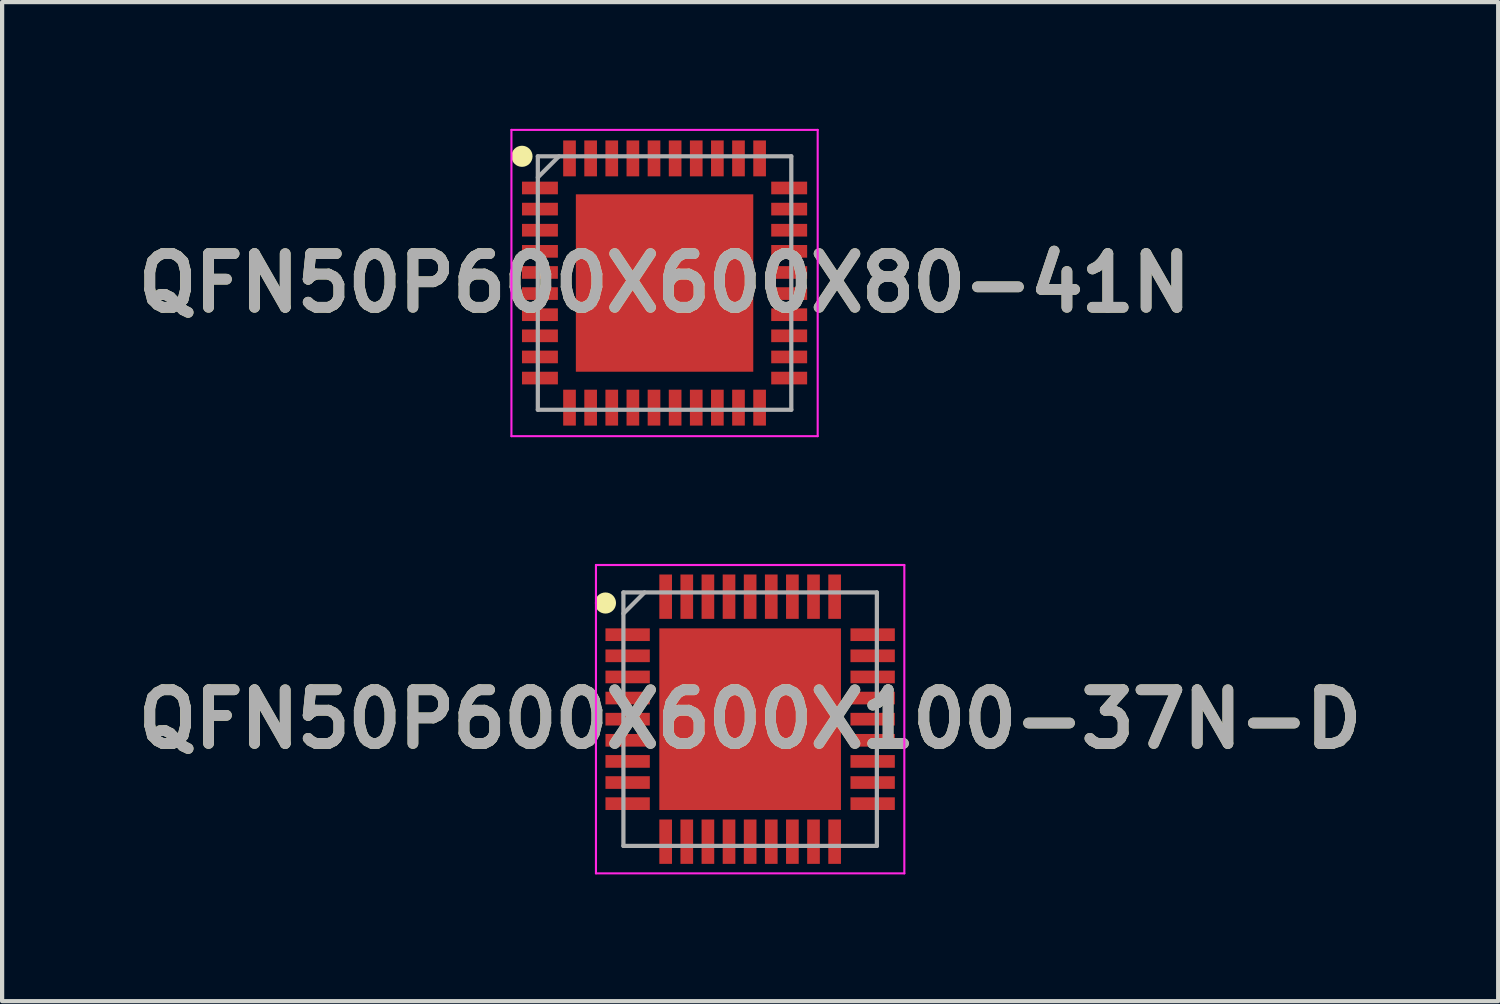
<source format=kicad_pcb>
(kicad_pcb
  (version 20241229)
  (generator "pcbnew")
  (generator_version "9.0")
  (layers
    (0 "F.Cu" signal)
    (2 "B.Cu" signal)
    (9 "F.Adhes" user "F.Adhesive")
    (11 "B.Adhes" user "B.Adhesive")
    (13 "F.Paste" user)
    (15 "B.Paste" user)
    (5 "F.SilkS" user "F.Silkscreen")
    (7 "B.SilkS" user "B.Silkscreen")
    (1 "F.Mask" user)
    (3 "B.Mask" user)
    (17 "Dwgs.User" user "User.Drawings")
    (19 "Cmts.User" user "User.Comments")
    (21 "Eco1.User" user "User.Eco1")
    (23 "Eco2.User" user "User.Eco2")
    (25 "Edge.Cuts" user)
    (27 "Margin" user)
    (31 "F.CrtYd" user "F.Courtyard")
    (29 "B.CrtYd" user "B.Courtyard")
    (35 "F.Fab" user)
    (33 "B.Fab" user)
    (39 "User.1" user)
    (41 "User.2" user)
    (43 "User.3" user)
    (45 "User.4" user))
  (footprint "QFN50P600X600X80-41N"
    (layer "F.Cu")
    (at 12.682 3.65)
    (property "Reference" "QFN50P600X600X80-41N" (at 0 0 0) (layer "F.SilkS") (effects (font (size 1.27 1.27) (thickness 0.254))))
    (attr smd)
    (fp_circle (center -3.375 -3) (end -3.375 -2.875) (stroke (width 0.25) (type solid)) (fill no) (layer "F.SilkS"))
    (fp_line (start -3.625 -3.625) (end 3.625 -3.625) (stroke (width 0.05) (type solid)) (layer "F.CrtYd"))
    (fp_line (start -3.625 3.625) (end -3.625 -3.625) (stroke (width 0.05) (type solid)) (layer "F.CrtYd"))
    (fp_line (start 3.625 -3.625) (end 3.625 3.625) (stroke (width 0.05) (type solid)) (layer "F.CrtYd"))
    (fp_line (start 3.625 3.625) (end -3.625 3.625) (stroke (width 0.05) (type solid)) (layer "F.CrtYd"))
    (fp_line (start -3 -3) (end 3 -3) (stroke (width 0.1) (type solid)) (layer "F.Fab"))
    (fp_line (start -3 -2.5) (end -2.5 -3) (stroke (width 0.1) (type solid)) (layer "F.Fab"))
    (fp_line (start -3 3) (end -3 -3) (stroke (width 0.1) (type solid)) (layer "F.Fab"))
    (fp_line (start 3 -3) (end 3 3) (stroke (width 0.1) (type solid)) (layer "F.Fab"))
    (fp_line (start 3 3) (end -3 3) (stroke (width 0.1) (type solid)) (layer "F.Fab"))
    (fp_text user "${REFERENCE}" (at 0 0 0) (layer "F.Fab") (effects (font (size 1.27 1.27) (thickness 0.254))))
    (pad "1" smd rect (at -2.95 -2.25 90) (size 0.3 0.85) (layers "F.Cu" "F.Mask" "F.Paste"))
    (pad "2" smd rect (at -2.95 -1.75 90) (size 0.3 0.85) (layers "F.Cu" "F.Mask" "F.Paste"))
    (pad "3" smd rect (at -2.95 -1.25 90) (size 0.3 0.85) (layers "F.Cu" "F.Mask" "F.Paste"))
    (pad "4" smd rect (at -2.95 -0.75 90) (size 0.3 0.85) (layers "F.Cu" "F.Mask" "F.Paste"))
    (pad "5" smd rect (at -2.95 -0.25 90) (size 0.3 0.85) (layers "F.Cu" "F.Mask" "F.Paste"))
    (pad "6" smd rect (at -2.95 0.25 90) (size 0.3 0.85) (layers "F.Cu" "F.Mask" "F.Paste"))
    (pad "7" smd rect (at -2.95 0.75 90) (size 0.3 0.85) (layers "F.Cu" "F.Mask" "F.Paste"))
    (pad "8" smd rect (at -2.95 1.25 90) (size 0.3 0.85) (layers "F.Cu" "F.Mask" "F.Paste"))
    (pad "9" smd rect (at -2.95 1.75 90) (size 0.3 0.85) (layers "F.Cu" "F.Mask" "F.Paste"))
    (pad "10" smd rect (at -2.95 2.25 90) (size 0.3 0.85) (layers "F.Cu" "F.Mask" "F.Paste"))
    (pad "11" smd rect (at -2.25 2.95) (size 0.3 0.85) (layers "F.Cu" "F.Mask" "F.Paste"))
    (pad "12" smd rect (at -1.75 2.95) (size 0.3 0.85) (layers "F.Cu" "F.Mask" "F.Paste"))
    (pad "13" smd rect (at -1.25 2.95) (size 0.3 0.85) (layers "F.Cu" "F.Mask" "F.Paste"))
    (pad "14" smd rect (at -0.75 2.95) (size 0.3 0.85) (layers "F.Cu" "F.Mask" "F.Paste"))
    (pad "15" smd rect (at -0.25 2.95) (size 0.3 0.85) (layers "F.Cu" "F.Mask" "F.Paste"))
    (pad "16" smd rect (at 0.25 2.95) (size 0.3 0.85) (layers "F.Cu" "F.Mask" "F.Paste"))
    (pad "17" smd rect (at 0.75 2.95) (size 0.3 0.85) (layers "F.Cu" "F.Mask" "F.Paste"))
    (pad "18" smd rect (at 1.25 2.95) (size 0.3 0.85) (layers "F.Cu" "F.Mask" "F.Paste"))
    (pad "19" smd rect (at 1.75 2.95) (size 0.3 0.85) (layers "F.Cu" "F.Mask" "F.Paste"))
    (pad "20" smd rect (at 2.25 2.95) (size 0.3 0.85) (layers "F.Cu" "F.Mask" "F.Paste"))
    (pad "21" smd rect (at 2.95 2.25 90) (size 0.3 0.85) (layers "F.Cu" "F.Mask" "F.Paste"))
    (pad "22" smd rect (at 2.95 1.75 90) (size 0.3 0.85) (layers "F.Cu" "F.Mask" "F.Paste"))
    (pad "23" smd rect (at 2.95 1.25 90) (size 0.3 0.85) (layers "F.Cu" "F.Mask" "F.Paste"))
    (pad "24" smd rect (at 2.95 0.75 90) (size 0.3 0.85) (layers "F.Cu" "F.Mask" "F.Paste"))
    (pad "25" smd rect (at 2.95 0.25 90) (size 0.3 0.85) (layers "F.Cu" "F.Mask" "F.Paste"))
    (pad "26" smd rect (at 2.95 -0.25 90) (size 0.3 0.85) (layers "F.Cu" "F.Mask" "F.Paste"))
    (pad "27" smd rect (at 2.95 -0.75 90) (size 0.3 0.85) (layers "F.Cu" "F.Mask" "F.Paste"))
    (pad "28" smd rect (at 2.95 -1.25 90) (size 0.3 0.85) (layers "F.Cu" "F.Mask" "F.Paste"))
    (pad "29" smd rect (at 2.95 -1.75 90) (size 0.3 0.85) (layers "F.Cu" "F.Mask" "F.Paste"))
    (pad "30" smd rect (at 2.95 -2.25 90) (size 0.3 0.85) (layers "F.Cu" "F.Mask" "F.Paste"))
    (pad "31" smd rect (at 2.25 -2.95) (size 0.3 0.85) (layers "F.Cu" "F.Mask" "F.Paste"))
    (pad "32" smd rect (at 1.75 -2.95) (size 0.3 0.85) (layers "F.Cu" "F.Mask" "F.Paste"))
    (pad "33" smd rect (at 1.25 -2.95) (size 0.3 0.85) (layers "F.Cu" "F.Mask" "F.Paste"))
    (pad "34" smd rect (at 0.75 -2.95) (size 0.3 0.85) (layers "F.Cu" "F.Mask" "F.Paste"))
    (pad "35" smd rect (at 0.25 -2.95) (size 0.3 0.85) (layers "F.Cu" "F.Mask" "F.Paste"))
    (pad "36" smd rect (at -0.25 -2.95) (size 0.3 0.85) (layers "F.Cu" "F.Mask" "F.Paste"))
    (pad "37" smd rect (at -0.75 -2.95) (size 0.3 0.85) (layers "F.Cu" "F.Mask" "F.Paste"))
    (pad "38" smd rect (at -1.25 -2.95) (size 0.3 0.85) (layers "F.Cu" "F.Mask" "F.Paste"))
    (pad "39" smd rect (at -1.75 -2.95) (size 0.3 0.85) (layers "F.Cu" "F.Mask" "F.Paste"))
    (pad "40" smd rect (at -2.25 -2.95) (size 0.3 0.85) (layers "F.Cu" "F.Mask" "F.Paste"))
    (pad "41" smd rect (at 0 0) (size 4.2 4.2) (layers "F.Cu" "F.Mask" "F.Paste")))
  (footprint "QFN50P600X600X100-37N-D"
    (layer "F.Cu")
    (at 14.708 13.975)
    (property "Reference" "QFN50P600X600X100-37N-D" (at 0 0 0) (layer "F.SilkS") (effects (font (size 1.27 1.27) (thickness 0.254))))
    (attr smd)
    (fp_circle (center -3.425 -2.75) (end -3.425 -2.625) (stroke (width 0.25) (type solid)) (fill no) (layer "F.SilkS"))
    (fp_line (start -3.65 -3.65) (end 3.65 -3.65) (stroke (width 0.05) (type solid)) (layer "F.CrtYd"))
    (fp_line (start -3.65 3.65) (end -3.65 -3.65) (stroke (width 0.05) (type solid)) (layer "F.CrtYd"))
    (fp_line (start 3.65 -3.65) (end 3.65 3.65) (stroke (width 0.05) (type solid)) (layer "F.CrtYd"))
    (fp_line (start 3.65 3.65) (end -3.65 3.65) (stroke (width 0.05) (type solid)) (layer "F.CrtYd"))
    (fp_line (start -3 -3) (end 3 -3) (stroke (width 0.1) (type solid)) (layer "F.Fab"))
    (fp_line (start -3 -2.5) (end -2.5 -3) (stroke (width 0.1) (type solid)) (layer "F.Fab"))
    (fp_line (start -3 3) (end -3 -3) (stroke (width 0.1) (type solid)) (layer "F.Fab"))
    (fp_line (start 3 -3) (end 3 3) (stroke (width 0.1) (type solid)) (layer "F.Fab"))
    (fp_line (start 3 3) (end -3 3) (stroke (width 0.1) (type solid)) (layer "F.Fab"))
    (fp_text user "${REFERENCE}" (at 0 0 0) (layer "F.Fab") (effects (font (size 1.27 1.27) (thickness 0.254))))
    (pad "1" smd rect (at -2.9 -2 90) (size 0.3 1.05) (layers "F.Cu" "F.Mask" "F.Paste"))
    (pad "2" smd rect (at -2.9 -1.5 90) (size 0.3 1.05) (layers "F.Cu" "F.Mask" "F.Paste"))
    (pad "3" smd rect (at -2.9 -1 90) (size 0.3 1.05) (layers "F.Cu" "F.Mask" "F.Paste"))
    (pad "4" smd rect (at -2.9 -0.5 90) (size 0.3 1.05) (layers "F.Cu" "F.Mask" "F.Paste"))
    (pad "5" smd rect (at -2.9 0 90) (size 0.3 1.05) (layers "F.Cu" "F.Mask" "F.Paste"))
    (pad "6" smd rect (at -2.9 0.5 90) (size 0.3 1.05) (layers "F.Cu" "F.Mask" "F.Paste"))
    (pad "7" smd rect (at -2.9 1 90) (size 0.3 1.05) (layers "F.Cu" "F.Mask" "F.Paste"))
    (pad "8" smd rect (at -2.9 1.5 90) (size 0.3 1.05) (layers "F.Cu" "F.Mask" "F.Paste"))
    (pad "9" smd rect (at -2.9 2 90) (size 0.3 1.05) (layers "F.Cu" "F.Mask" "F.Paste"))
    (pad "10" smd rect (at -2 2.9) (size 0.3 1.05) (layers "F.Cu" "F.Mask" "F.Paste"))
    (pad "11" smd rect (at -1.5 2.9) (size 0.3 1.05) (layers "F.Cu" "F.Mask" "F.Paste"))
    (pad "12" smd rect (at -1 2.9) (size 0.3 1.05) (layers "F.Cu" "F.Mask" "F.Paste"))
    (pad "13" smd rect (at -0.5 2.9) (size 0.3 1.05) (layers "F.Cu" "F.Mask" "F.Paste"))
    (pad "14" smd rect (at 0 2.9) (size 0.3 1.05) (layers "F.Cu" "F.Mask" "F.Paste"))
    (pad "15" smd rect (at 0.5 2.9) (size 0.3 1.05) (layers "F.Cu" "F.Mask" "F.Paste"))
    (pad "16" smd rect (at 1 2.9) (size 0.3 1.05) (layers "F.Cu" "F.Mask" "F.Paste"))
    (pad "17" smd rect (at 1.5 2.9) (size 0.3 1.05) (layers "F.Cu" "F.Mask" "F.Paste"))
    (pad "18" smd rect (at 2 2.9) (size 0.3 1.05) (layers "F.Cu" "F.Mask" "F.Paste"))
    (pad "19" smd rect (at 2.9 2 90) (size 0.3 1.05) (layers "F.Cu" "F.Mask" "F.Paste"))
    (pad "20" smd rect (at 2.9 1.5 90) (size 0.3 1.05) (layers "F.Cu" "F.Mask" "F.Paste"))
    (pad "21" smd rect (at 2.9 1 90) (size 0.3 1.05) (layers "F.Cu" "F.Mask" "F.Paste"))
    (pad "22" smd rect (at 2.9 0.5 90) (size 0.3 1.05) (layers "F.Cu" "F.Mask" "F.Paste"))
    (pad "23" smd rect (at 2.9 0 90) (size 0.3 1.05) (layers "F.Cu" "F.Mask" "F.Paste"))
    (pad "24" smd rect (at 2.9 -0.5 90) (size 0.3 1.05) (layers "F.Cu" "F.Mask" "F.Paste"))
    (pad "25" smd rect (at 2.9 -1 90) (size 0.3 1.05) (layers "F.Cu" "F.Mask" "F.Paste"))
    (pad "26" smd rect (at 2.9 -1.5 90) (size 0.3 1.05) (layers "F.Cu" "F.Mask" "F.Paste"))
    (pad "27" smd rect (at 2.9 -2 90) (size 0.3 1.05) (layers "F.Cu" "F.Mask" "F.Paste"))
    (pad "28" smd rect (at 2 -2.9) (size 0.3 1.05) (layers "F.Cu" "F.Mask" "F.Paste"))
    (pad "29" smd rect (at 1.5 -2.9) (size 0.3 1.05) (layers "F.Cu" "F.Mask" "F.Paste"))
    (pad "30" smd rect (at 1 -2.9) (size 0.3 1.05) (layers "F.Cu" "F.Mask" "F.Paste"))
    (pad "31" smd rect (at 0.5 -2.9) (size 0.3 1.05) (layers "F.Cu" "F.Mask" "F.Paste"))
    (pad "32" smd rect (at 0 -2.9) (size 0.3 1.05) (layers "F.Cu" "F.Mask" "F.Paste"))
    (pad "33" smd rect (at -0.5 -2.9) (size 0.3 1.05) (layers "F.Cu" "F.Mask" "F.Paste"))
    (pad "34" smd rect (at -1 -2.9) (size 0.3 1.05) (layers "F.Cu" "F.Mask" "F.Paste"))
    (pad "35" smd rect (at -1.5 -2.9) (size 0.3 1.05) (layers "F.Cu" "F.Mask" "F.Paste"))
    (pad "36" smd rect (at -2 -2.9) (size 0.3 1.05) (layers "F.Cu" "F.Mask" "F.Paste"))
    (pad "37" smd rect (at 0 0) (size 4.3 4.3) (layers "F.Cu" "F.Mask" "F.Paste")))
  (gr_rect
    (start -3 -3)
    (end 32.416 20.65)
    (stroke (width 0.1) (type default))
    (fill no)
    (layer "Edge.Cuts")))
</source>
